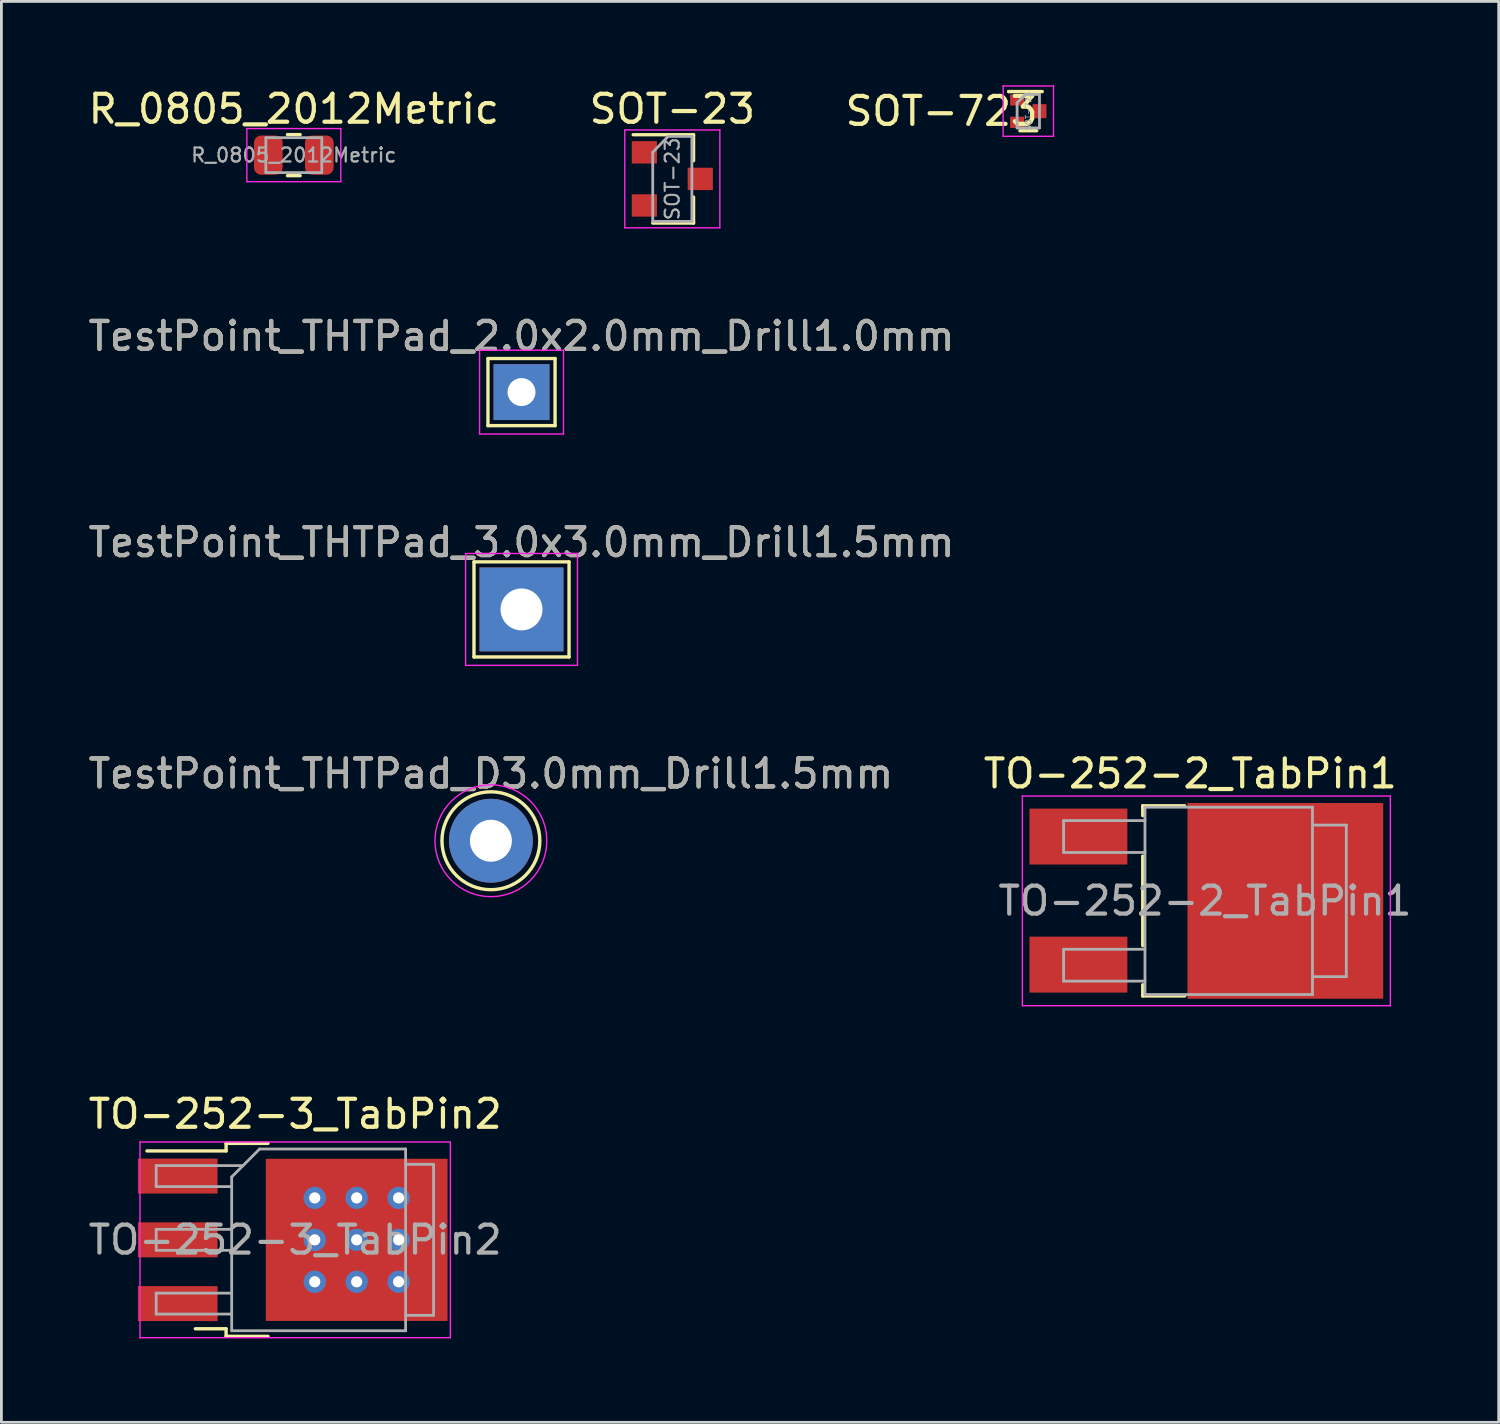
<source format=kicad_pcb>
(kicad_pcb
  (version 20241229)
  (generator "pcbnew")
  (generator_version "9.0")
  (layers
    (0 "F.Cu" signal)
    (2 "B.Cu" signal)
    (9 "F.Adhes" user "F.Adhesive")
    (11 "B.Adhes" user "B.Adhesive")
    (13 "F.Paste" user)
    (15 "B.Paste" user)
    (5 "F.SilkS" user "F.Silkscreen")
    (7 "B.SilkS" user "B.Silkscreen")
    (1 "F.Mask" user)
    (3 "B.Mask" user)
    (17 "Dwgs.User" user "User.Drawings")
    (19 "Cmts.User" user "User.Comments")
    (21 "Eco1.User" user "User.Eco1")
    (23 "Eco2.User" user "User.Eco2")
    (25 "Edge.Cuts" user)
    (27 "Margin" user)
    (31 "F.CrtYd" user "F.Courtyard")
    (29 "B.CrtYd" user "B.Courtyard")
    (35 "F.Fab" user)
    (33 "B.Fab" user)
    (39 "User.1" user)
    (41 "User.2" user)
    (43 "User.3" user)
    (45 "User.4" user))
  (footprint "TO-252-2_TabPin1"
    (layer "F.Cu")
    (at 40.093 29.168)
    (property "Reference" "TO-252-2_TabPin1" (at -0.575 -4.55 0) (layer "F.SilkS") (effects (font (size 1 1) (thickness 0.15))))
    (attr smd)
    (fp_line (start -2.275 -3.4) (end -0.775 -3.4) (stroke (width 0.12) (type solid)) (layer "F.SilkS"))
    (fp_line (start -2.275 -3.05) (end -2.275 -3.4) (stroke (width 0.12) (type solid)) (layer "F.SilkS"))
    (fp_line (start -2.275 1.6) (end -2.275 -1.6) (stroke (width 0.12) (type solid)) (layer "F.SilkS"))
    (fp_line (start -2.275 3.4) (end -2.275 3) (stroke (width 0.12) (type solid)) (layer "F.SilkS"))
    (fp_line (start -0.775 3.4) (end -2.275 3.4) (stroke (width 0.12) (type solid)) (layer "F.SilkS"))
    (fp_line (start -6.58 3.75) (end -6.58 -3.75) (stroke (width 0.05) (type solid)) (layer "F.CrtYd"))
    (fp_line (start -6.58 3.75) (end 6.58 3.75) (stroke (width 0.05) (type solid)) (layer "F.CrtYd"))
    (fp_line (start 6.58 -3.75) (end -6.58 -3.75) (stroke (width 0.05) (type solid)) (layer "F.CrtYd"))
    (fp_line (start 6.58 -3.75) (end 6.58 3.75) (stroke (width 0.05) (type solid)) (layer "F.CrtYd"))
    (fp_line (start -5.105 -2.87) (end -5.105 -1.73) (stroke (width 0.1) (type solid)) (layer "F.Fab"))
    (fp_line (start -5.105 -1.73) (end -2.195 -1.73) (stroke (width 0.1) (type solid)) (layer "F.Fab"))
    (fp_line (start -5.105 1.73) (end -5.105 2.87) (stroke (width 0.1) (type solid)) (layer "F.Fab"))
    (fp_line (start -5.105 2.87) (end -2.195 2.87) (stroke (width 0.1) (type solid)) (layer "F.Fab"))
    (fp_line (start -2.195 -2.87) (end -5.105 -2.87) (stroke (width 0.1) (type solid)) (layer "F.Fab"))
    (fp_line (start -2.195 1.73) (end -5.105 1.73) (stroke (width 0.1) (type solid)) (layer "F.Fab"))
    (fp_line (start -2.195 3.35) (end -2.195 -3.35) (stroke (width 0.1) (type solid)) (layer "F.Fab"))
    (fp_line (start -2.195 3.35) (end 3.795 3.35) (stroke (width 0.1) (type solid)) (layer "F.Fab"))
    (fp_line (start 3.795 -3.35) (end -2.195 -3.35) (stroke (width 0.1) (type solid)) (layer "F.Fab"))
    (fp_line (start 3.795 3.35) (end 3.795 -3.35) (stroke (width 0.1) (type solid)) (layer "F.Fab"))
    (fp_line (start 3.805 -2.71) (end 5.005 -2.71) (stroke (width 0.1) (type solid)) (layer "F.Fab"))
    (fp_line (start 5.005 -2.71) (end 5.005 2.71) (stroke (width 0.1) (type solid)) (layer "F.Fab"))
    (fp_line (start 5.005 2.71) (end 3.795 2.71) (stroke (width 0.1) (type solid)) (layer "F.Fab"))
    (fp_text user "${REFERENCE}" (at -0.05 0 0) (layer "F.Fab") (effects (font (size 1 1) (thickness 0.15))))
    (pad "" smd rect (at 1.05 -1.8 270) (size 3.3 3.3) (layers "F.Paste"))
    (pad "" smd rect (at 1.05 1.8 270) (size 3.3 3.3) (layers "F.Paste"))
    (pad "" smd rect (at 4.6 -1.8 270) (size 3.3 3.3) (layers "F.Paste"))
    (pad "" smd rect (at 4.6 1.8 270) (size 3.3 3.3) (layers "F.Paste"))
    (pad "1" smd rect (at -4.575 -2.3) (size 3.5 2) (layers "F.Cu" "F.Mask" "F.Paste"))
    (pad "1" smd rect (at 2.825 0) (size 7 7) (layers "F.Cu" "F.Mask"))
    (pad "2" smd rect (at -4.575 2.28) (size 3.5 2) (layers "F.Cu" "F.Mask" "F.Paste")))
  (footprint "SOT-723"
    (layer "F.Cu")
    (at 33.725 0.925)
    (property "Reference" "SOT-723" (at -3.1 0 180) (layer "F.SilkS") (effects (font (size 1 1) (thickness 0.15))))
    (attr smd)
    (fp_line (start -0.7 -0.7) (end -0.7 -0.7) (stroke (width 0.12) (type solid)) (layer "F.SilkS"))
    (fp_line (start 0.3 0.7) (end -0.3 0.7) (stroke (width 0.12) (type solid)) (layer "F.SilkS"))
    (fp_line (start 0.5 -0.7) (end -0.7 -0.7) (stroke (width 0.12) (type solid)) (layer "F.SilkS"))
    (fp_line (start -0.9 -0.9) (end -0.9 -0.9) (stroke (width 0.05) (type solid)) (layer "F.CrtYd"))
    (fp_line (start -0.9 -0.9) (end 0.9 -0.9) (stroke (width 0.05) (type solid)) (layer "F.CrtYd"))
    (fp_line (start -0.9 0.9) (end -0.9 -0.9) (stroke (width 0.05) (type solid)) (layer "F.CrtYd"))
    (fp_line (start 0.9 -0.9) (end 0.9 0.9) (stroke (width 0.05) (type solid)) (layer "F.CrtYd"))
    (fp_line (start 0.9 0.9) (end -0.9 0.9) (stroke (width 0.05) (type solid)) (layer "F.CrtYd"))
    (fp_line (start -0.4 -0.3) (end -0.1 -0.6) (stroke (width 0.1) (type solid)) (layer "F.Fab"))
    (fp_line (start -0.4 0.6) (end -0.4 -0.3) (stroke (width 0.1) (type solid)) (layer "F.Fab"))
    (fp_line (start -0.1 -0.6) (end 0.4 -0.6) (stroke (width 0.1) (type solid)) (layer "F.Fab"))
    (fp_line (start 0.4 -0.6) (end 0.4 0.6) (stroke (width 0.1) (type solid)) (layer "F.Fab"))
    (fp_line (start 0.4 0.6) (end -0.4 0.6) (stroke (width 0.1) (type solid)) (layer "F.Fab"))
    (fp_text user "${REFERENCE}" (at 0 0 270) (layer "F.Fab") (effects (font (size 0.2 0.2) (thickness 0.03))))
    (pad "1" smd rect (at -0.4 -0.4) (size 0.5 0.4) (layers "F.Cu" "F.Mask" "F.Paste"))
    (pad "2" smd rect (at -0.4 0.4) (size 0.5 0.4) (layers "F.Cu" "F.Mask" "F.Paste"))
    (pad "3" smd rect (at 0.4 0) (size 0.5 0.5) (layers "F.Cu" "F.Mask" "F.Paste")))
  (footprint "SOT-23"
    (layer "F.Cu")
    (at 20.994 3.348)
    (property "Reference" "SOT-23" (at 0 -2.5 0) (layer "F.SilkS") (effects (font (size 1 1) (thickness 0.15))))
    (attr smd)
    (fp_line (start 0.76 -1.58) (end -1.4 -1.58) (stroke (width 0.12) (type solid)) (layer "F.SilkS"))
    (fp_line (start 0.76 -1.58) (end 0.76 -0.65) (stroke (width 0.12) (type solid)) (layer "F.SilkS"))
    (fp_line (start 0.76 1.58) (end -0.7 1.58) (stroke (width 0.12) (type solid)) (layer "F.SilkS"))
    (fp_line (start 0.76 1.58) (end 0.76 0.65) (stroke (width 0.12) (type solid)) (layer "F.SilkS"))
    (fp_line (start -1.7 -1.75) (end 1.7 -1.75) (stroke (width 0.05) (type solid)) (layer "F.CrtYd"))
    (fp_line (start -1.7 1.75) (end -1.7 -1.75) (stroke (width 0.05) (type solid)) (layer "F.CrtYd"))
    (fp_line (start 1.7 -1.75) (end 1.7 1.75) (stroke (width 0.05) (type solid)) (layer "F.CrtYd"))
    (fp_line (start 1.7 1.75) (end -1.7 1.75) (stroke (width 0.05) (type solid)) (layer "F.CrtYd"))
    (fp_line (start -0.7 -0.95) (end -0.7 1.5) (stroke (width 0.1) (type solid)) (layer "F.Fab"))
    (fp_line (start -0.7 -0.95) (end -0.15 -1.52) (stroke (width 0.1) (type solid)) (layer "F.Fab"))
    (fp_line (start -0.7 1.52) (end 0.7 1.52) (stroke (width 0.1) (type solid)) (layer "F.Fab"))
    (fp_line (start -0.15 -1.52) (end 0.7 -1.52) (stroke (width 0.1) (type solid)) (layer "F.Fab"))
    (fp_line (start 0.7 -1.52) (end 0.7 1.52) (stroke (width 0.1) (type solid)) (layer "F.Fab"))
    (fp_text user "${REFERENCE}" (at 0 0 90) (layer "F.Fab") (effects (font (size 0.5 0.5) (thickness 0.075))))
    (pad "1" smd rect (at -1 -0.95) (size 0.9 0.8) (layers "F.Cu" "F.Mask" "F.Paste"))
    (pad "2" smd rect (at -1 0.95) (size 0.9 0.8) (layers "F.Cu" "F.Mask" "F.Paste"))
    (pad "3" smd rect (at 1 0) (size 0.9 0.8) (layers "F.Cu" "F.Mask" "F.Paste")))
  (footprint "R_0805_2012Metric"
    (layer "F.Cu")
    (at 7.458 2.498)
    (property "Reference" "R_0805_2012Metric" (at 0 -1.65 0) (layer "F.SilkS") (effects (font (size 1 1) (thickness 0.15))))
    (attr smd)
    (fp_line (start -0.227 -0.735) (end 0.227 -0.735) (stroke (width 0.12) (type solid)) (layer "F.SilkS"))
    (fp_line (start -0.227 0.735) (end 0.227 0.735) (stroke (width 0.12) (type solid)) (layer "F.SilkS"))
    (fp_line (start -1.68 -0.95) (end 1.68 -0.95) (stroke (width 0.05) (type solid)) (layer "F.CrtYd"))
    (fp_line (start -1.68 0.95) (end -1.68 -0.95) (stroke (width 0.05) (type solid)) (layer "F.CrtYd"))
    (fp_line (start 1.68 -0.95) (end 1.68 0.95) (stroke (width 0.05) (type solid)) (layer "F.CrtYd"))
    (fp_line (start 1.68 0.95) (end -1.68 0.95) (stroke (width 0.05) (type solid)) (layer "F.CrtYd"))
    (fp_line (start -1 -0.625) (end 1 -0.625) (stroke (width 0.1) (type solid)) (layer "F.Fab"))
    (fp_line (start -1 0.625) (end -1 -0.625) (stroke (width 0.1) (type solid)) (layer "F.Fab"))
    (fp_line (start 1 -0.625) (end 1 0.625) (stroke (width 0.1) (type solid)) (layer "F.Fab"))
    (fp_line (start 1 0.625) (end -1 0.625) (stroke (width 0.1) (type solid)) (layer "F.Fab"))
    (fp_text user "${REFERENCE}" (at 0 0 0) (layer "F.Fab") (effects (font (size 0.5 0.5) (thickness 0.08))))
    (pad "1" smd roundrect (at -0.912 0) (size 1.025 1.4) (layers "F.Cu" "F.Mask" "F.Paste") (roundrect_rratio 0.244))
    (pad "2" smd roundrect (at 0.912 0) (size 1.025 1.4) (layers "F.Cu" "F.Mask" "F.Paste") (roundrect_rratio 0.244)))
  (footprint "TestPoint_THTPad_2.0x2.0mm_Drill1.0mm"
    (layer "F.Cu")
    (at 15.601 10.972)
    (property "Reference" "TestPoint_THTPad_2.0x2.0mm_Drill1.0mm" (at 0 -1.998 0) (layer "F.SilkS") (effects (font (size 1 1) (thickness 0.15))))
    (attr exclude_from_pos_files exclude_from_bom)
    (fp_line (start -1.2 -1.2) (end 1.2 -1.2) (stroke (width 0.12) (type solid)) (layer "F.SilkS"))
    (fp_line (start -1.2 1.2) (end -1.2 -1.2) (stroke (width 0.12) (type solid)) (layer "F.SilkS"))
    (fp_line (start 1.2 -1.2) (end 1.2 1.2) (stroke (width 0.12) (type solid)) (layer "F.SilkS"))
    (fp_line (start 1.2 1.2) (end -1.2 1.2) (stroke (width 0.12) (type solid)) (layer "F.SilkS"))
    (fp_line (start -1.5 -1.5) (end -1.5 1.5) (stroke (width 0.05) (type solid)) (layer "F.CrtYd"))
    (fp_line (start -1.5 -1.5) (end 1.5 -1.5) (stroke (width 0.05) (type solid)) (layer "F.CrtYd"))
    (fp_line (start 1.5 1.5) (end -1.5 1.5) (stroke (width 0.05) (type solid)) (layer "F.CrtYd"))
    (fp_line (start 1.5 1.5) (end 1.5 -1.5) (stroke (width 0.05) (type solid)) (layer "F.CrtYd"))
    (fp_text user "${REFERENCE}" (at 0 -2 0) (layer "F.Fab") (effects (font (size 1 1) (thickness 0.15))))
    (pad "1" thru_hole rect (at 0 0) (size 2 2) (drill 1) (layers "*.Cu" "*.Mask")))
  (footprint "TestPoint_THTPad_D3.0mm_Drill1.5mm"
    (layer "F.Cu")
    (at 14.506 27.018)
    (property "Reference" "TestPoint_THTPad_D3.0mm_Drill1.5mm" (at 0 -2.398 0) (layer "F.SilkS") (effects (font (size 1 1) (thickness 0.15))))
    (attr exclude_from_pos_files exclude_from_bom)
    (fp_circle (center 0 0) (end 0 1.75) (stroke (width 0.12) (type solid)) (fill no) (layer "F.SilkS"))
    (fp_circle (center 0 0) (end 2 0) (stroke (width 0.05) (type solid)) (fill no) (layer "F.CrtYd"))
    (fp_text user "${REFERENCE}" (at 0 -2.4 0) (layer "F.Fab") (effects (font (size 1 1) (thickness 0.15))))
    (pad "1" thru_hole circle (at 0 0) (size 3 3) (drill 1.5) (layers "*.Cu" "*.Mask")))
  (footprint "TO-252-3_TabPin2"
    (layer "F.Cu")
    (at 7.506 41.291)
    (property "Reference" "TO-252-3_TabPin2" (at 0 -4.5 180) (layer "F.SilkS") (effects (font (size 1 1) (thickness 0.15))))
    (attr smd)
    (fp_line (start -2.47 -3.45) (end -2.47 -3.18) (stroke (width 0.12) (type solid)) (layer "F.SilkS"))
    (fp_line (start -2.47 -3.18) (end -5.3 -3.18) (stroke (width 0.12) (type solid)) (layer "F.SilkS"))
    (fp_line (start -2.47 3.18) (end -3.57 3.18) (stroke (width 0.12) (type solid)) (layer "F.SilkS"))
    (fp_line (start -2.47 3.45) (end -2.47 3.18) (stroke (width 0.12) (type solid)) (layer "F.SilkS"))
    (fp_line (start -0.97 -3.45) (end -2.47 -3.45) (stroke (width 0.12) (type solid)) (layer "F.SilkS"))
    (fp_line (start -0.97 3.45) (end -2.47 3.45) (stroke (width 0.12) (type solid)) (layer "F.SilkS"))
    (fp_line (start -5.55 -3.5) (end -5.55 3.5) (stroke (width 0.05) (type solid)) (layer "F.CrtYd"))
    (fp_line (start -5.55 3.5) (end 5.55 3.5) (stroke (width 0.05) (type solid)) (layer "F.CrtYd"))
    (fp_line (start 5.55 -3.5) (end -5.55 -3.5) (stroke (width 0.05) (type solid)) (layer "F.CrtYd"))
    (fp_line (start 5.55 3.5) (end 5.55 -3.5) (stroke (width 0.05) (type solid)) (layer "F.CrtYd"))
    (fp_line (start -4.97 -2.655) (end -4.97 -1.905) (stroke (width 0.1) (type solid)) (layer "F.Fab"))
    (fp_line (start -4.97 -1.905) (end -2.27 -1.905) (stroke (width 0.1) (type solid)) (layer "F.Fab"))
    (fp_line (start -4.97 -0.375) (end -4.97 0.375) (stroke (width 0.1) (type solid)) (layer "F.Fab"))
    (fp_line (start -4.97 0.375) (end -2.27 0.375) (stroke (width 0.1) (type solid)) (layer "F.Fab"))
    (fp_line (start -4.97 1.905) (end -4.97 2.655) (stroke (width 0.1) (type solid)) (layer "F.Fab"))
    (fp_line (start -4.97 2.655) (end -2.27 2.655) (stroke (width 0.1) (type solid)) (layer "F.Fab"))
    (fp_line (start -2.27 -2.25) (end -1.27 -3.25) (stroke (width 0.1) (type solid)) (layer "F.Fab"))
    (fp_line (start -2.27 -0.375) (end -4.97 -0.375) (stroke (width 0.1) (type solid)) (layer "F.Fab"))
    (fp_line (start -2.27 1.905) (end -4.97 1.905) (stroke (width 0.1) (type solid)) (layer "F.Fab"))
    (fp_line (start -2.27 3.25) (end -2.27 -2.25) (stroke (width 0.1) (type solid)) (layer "F.Fab"))
    (fp_line (start -1.865 -2.655) (end -4.97 -2.655) (stroke (width 0.1) (type solid)) (layer "F.Fab"))
    (fp_line (start -1.27 -3.25) (end 3.95 -3.25) (stroke (width 0.1) (type solid)) (layer "F.Fab"))
    (fp_line (start 3.95 -3.25) (end 3.95 3.25) (stroke (width 0.1) (type solid)) (layer "F.Fab"))
    (fp_line (start 3.95 -2.7) (end 4.95 -2.7) (stroke (width 0.1) (type solid)) (layer "F.Fab"))
    (fp_line (start 3.95 3.25) (end -2.27 3.25) (stroke (width 0.1) (type solid)) (layer "F.Fab"))
    (fp_line (start 4.95 -2.7) (end 4.95 2.7) (stroke (width 0.1) (type solid)) (layer "F.Fab"))
    (fp_line (start 4.95 2.7) (end 3.95 2.7) (stroke (width 0.1) (type solid)) (layer "F.Fab"))
    (fp_text user "${REFERENCE}" (at 0 0 180) (layer "F.Fab") (effects (font (size 1 1) (thickness 0.15))))
    (pad "" smd rect (at 0.425 -1.525) (size 3.05 2.75) (layers "F.Paste"))
    (pad "" smd rect (at 0.425 1.525) (size 3.05 2.75) (layers "F.Paste"))
    (pad "" smd rect (at 3.775 -1.525) (size 3.05 2.75) (layers "F.Paste"))
    (pad "" smd rect (at 3.775 1.525) (size 3.05 2.75) (layers "F.Paste"))
    (pad "1" smd rect (at -4.2 -2.28) (size 2.85 1.25) (layers "F.Cu" "F.Mask" "F.Paste"))
    (pad "2" smd rect (at -4.2 0) (size 2.85 1.25) (layers "F.Cu" "F.Mask" "F.Paste"))
    (pad "2" thru_hole circle (at 0.7 -1.5) (size 0.8 0.8) (drill 0.4) (layers "*.Cu" "*.Mask"))
    (pad "2" thru_hole circle (at 0.7 0) (size 0.8 0.8) (drill 0.4) (layers "*.Cu" "*.Mask"))
    (pad "2" thru_hole circle (at 0.7 1.5) (size 0.8 0.8) (drill 0.4) (layers "*.Cu" "*.Mask"))
    (pad "2" thru_hole circle (at 2.2 -1.5) (size 0.8 0.8) (drill 0.4) (layers "*.Cu" "*.Mask"))
    (pad "2" thru_hole circle (at 2.2 0) (size 0.8 0.8) (drill 0.4) (layers "*.Cu" "*.Mask"))
    (pad "2" smd rect (at 2.2 0) (size 6.5 5.8) (layers "F.Cu" "F.Mask"))
    (pad "2" thru_hole circle (at 2.2 1.5) (size 0.8 0.8) (drill 0.4) (layers "*.Cu" "*.Mask"))
    (pad "2" thru_hole circle (at 3.7 -1.5) (size 0.8 0.8) (drill 0.4) (layers "*.Cu" "*.Mask"))
    (pad "2" thru_hole circle (at 3.7 0) (size 0.8 0.8) (drill 0.4) (layers "*.Cu" "*.Mask"))
    (pad "2" thru_hole circle (at 3.7 1.5) (size 0.8 0.8) (drill 0.4) (layers "*.Cu" "*.Mask"))
    (pad "3" smd rect (at -4.2 2.28) (size 2.85 1.25) (layers "F.Cu" "F.Mask" "F.Paste")))
  (footprint "TestPoint_THTPad_3.0x3.0mm_Drill1.5mm"
    (layer "F.Cu")
    (at 15.601 18.745)
    (property "Reference" "TestPoint_THTPad_3.0x3.0mm_Drill1.5mm" (at 0 -2.398 0) (layer "F.SilkS") (effects (font (size 1 1) (thickness 0.15))))
    (attr exclude_from_pos_files exclude_from_bom)
    (fp_line (start -1.7 -1.7) (end 1.7 -1.7) (stroke (width 0.12) (type solid)) (layer "F.SilkS"))
    (fp_line (start -1.7 1.7) (end -1.7 -1.7) (stroke (width 0.12) (type solid)) (layer "F.SilkS"))
    (fp_line (start 1.7 -1.7) (end 1.7 1.7) (stroke (width 0.12) (type solid)) (layer "F.SilkS"))
    (fp_line (start 1.7 1.7) (end -1.7 1.7) (stroke (width 0.12) (type solid)) (layer "F.SilkS"))
    (fp_line (start -2 -2) (end -2 2) (stroke (width 0.05) (type solid)) (layer "F.CrtYd"))
    (fp_line (start -2 -2) (end 2 -2) (stroke (width 0.05) (type solid)) (layer "F.CrtYd"))
    (fp_line (start 2 2) (end -2 2) (stroke (width 0.05) (type solid)) (layer "F.CrtYd"))
    (fp_line (start 2 2) (end 2 -2) (stroke (width 0.05) (type solid)) (layer "F.CrtYd"))
    (fp_text user "${REFERENCE}" (at 0 -2.4 0) (layer "F.Fab") (effects (font (size 1 1) (thickness 0.15))))
    (pad "1" thru_hole rect (at 0 0) (size 3 3) (drill 1.5) (layers "*.Cu" "*.Mask")))
  (gr_rect
    (start -3 -3)
    (end 50.549 47.816)
    (stroke (width 0.1) (type default))
    (fill no)
    (layer "Edge.Cuts")))
</source>
